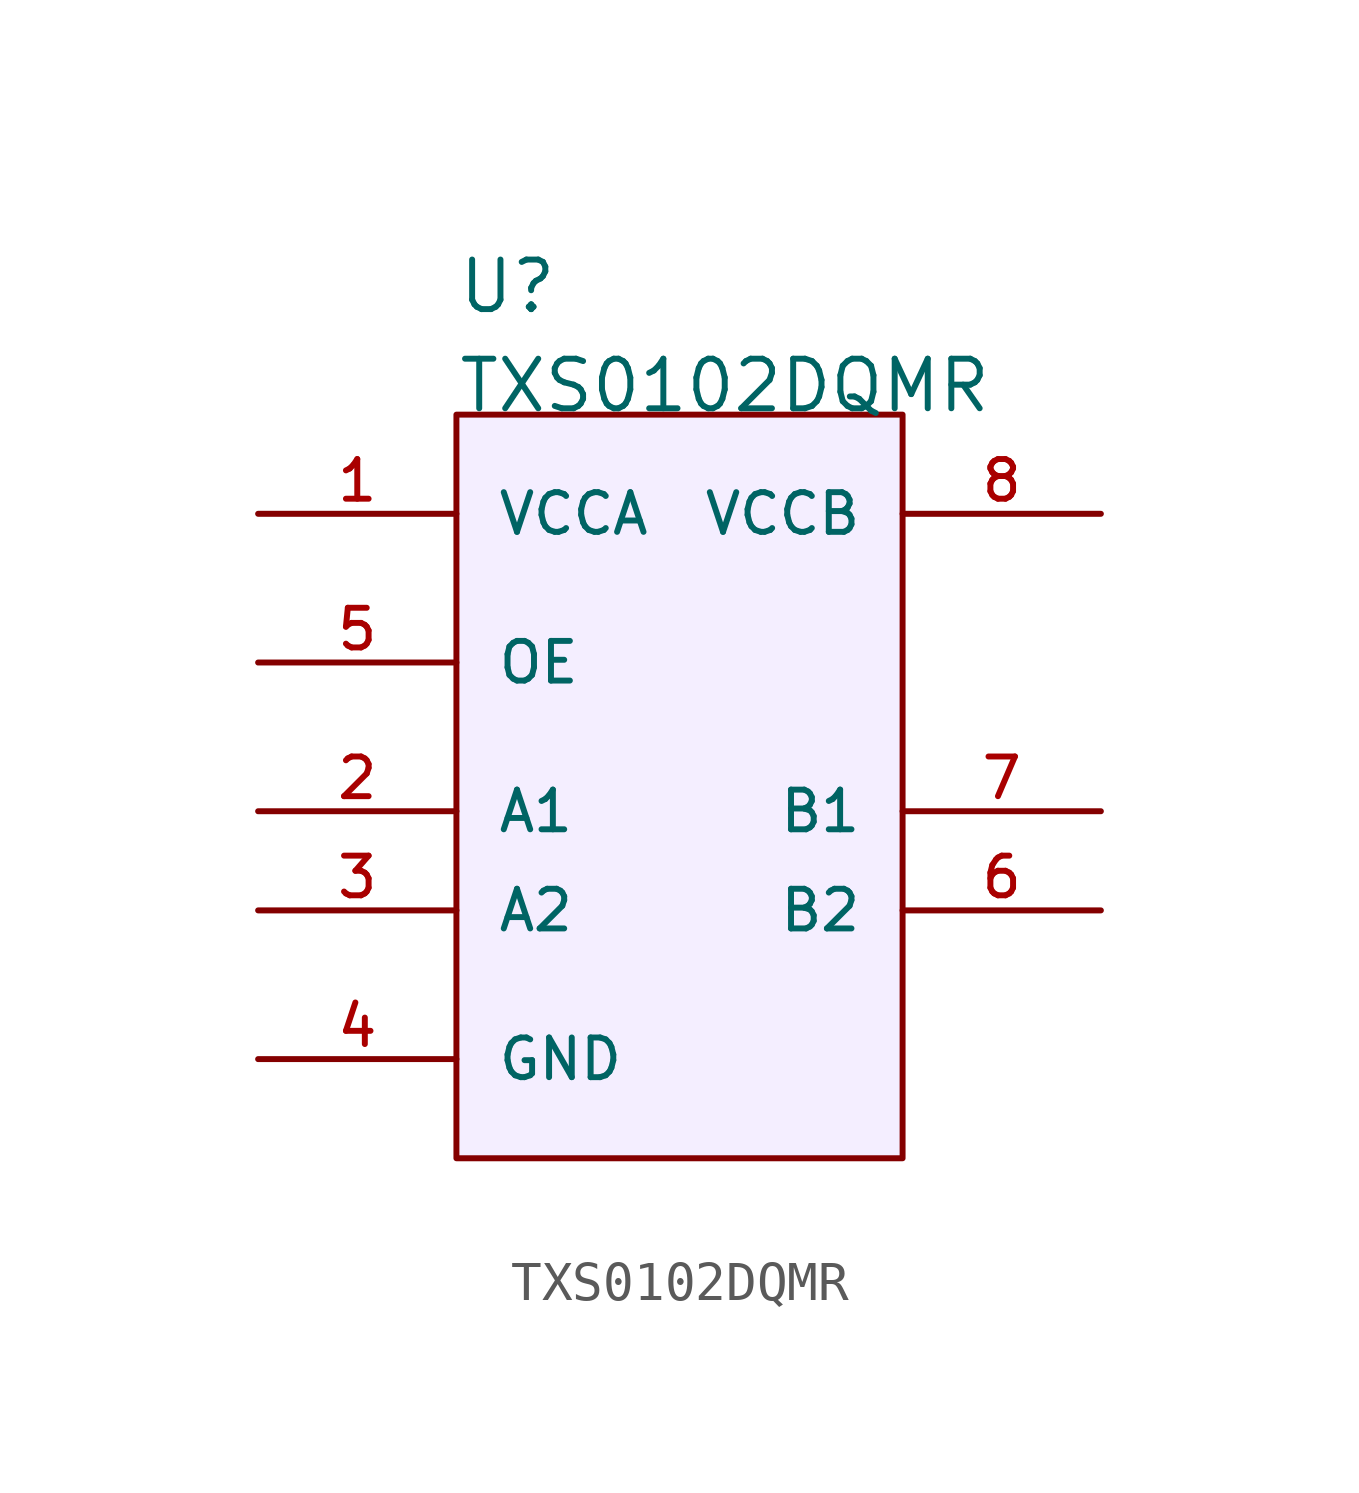
<source format=kicad_sym>
(kicad_symbol_lib
  (version 20220914)
  (generator kicad_symbol_editor)
  (symbol "TXS0102DQMR"
    (pin_names
      (offset 1.016))
    (property "Reference" "U"
      (at -6.35 8.89 0)
      (effects (font (size 1.27 1.27)) (justify left bottom)))
    (property "Value" "TXS0102DQMR"
      (at -6.35 6.35 0)
      (effects (font (size 1.27 1.27)) (justify left bottom)))
    (symbol "TXS0102DQMR_0_0"
      (pin power_in line (at -11.43 3.81 0) (length 5.08) (name "VCCA" (effects (font (size 1.016 1.016)))) (number "1" (effects (font (size 1.016 1.016)))))
      (pin bidirectional line (at -11.43 -3.81 0) (length 5.08) (name "A1" (effects (font (size 1.016 1.016)))) (number "2" (effects (font (size 1.016 1.016)))))
      (pin bidirectional line (at -11.43 -6.35 0) (length 5.08) (name "A2" (effects (font (size 1.016 1.016)))) (number "3" (effects (font (size 1.016 1.016)))))
      (pin power_in line (at -11.43 -10.16 0) (length 5.08) (name "GND" (effects (font (size 1.016 1.016)))) (number "4" (effects (font (size 1.016 1.016)))))
      (pin input line (at -11.43 0 0) (length 5.08) (name "OE" (effects (font (size 1.016 1.016)))) (number "5" (effects (font (size 1.016 1.016)))))
      (pin bidirectional line (at 10.16 -6.35 180) (length 5.08) (name "B2" (effects (font (size 1.016 1.016)))) (number "6" (effects (font (size 1.016 1.016)))))
      (pin bidirectional line (at 10.16 -3.81 180) (length 5.08) (name "B1" (effects (font (size 1.016 1.016)))) (number "7" (effects (font (size 1.016 1.016)))))
      (pin power_in line (at 10.16 3.81 180) (length 5.08) (name "VCCB" (effects (font (size 1.016 1.016)))) (number "8" (effects (font (size 1.016 1.016))))))
    (symbol "TXS0102DQMR_1_1"
      (rectangle (start -6.35 6.35) (end 5.08 -12.7) (stroke (width 0) (type default)) (fill (type color) (color 95 0 255 0.07))))))
</source>
